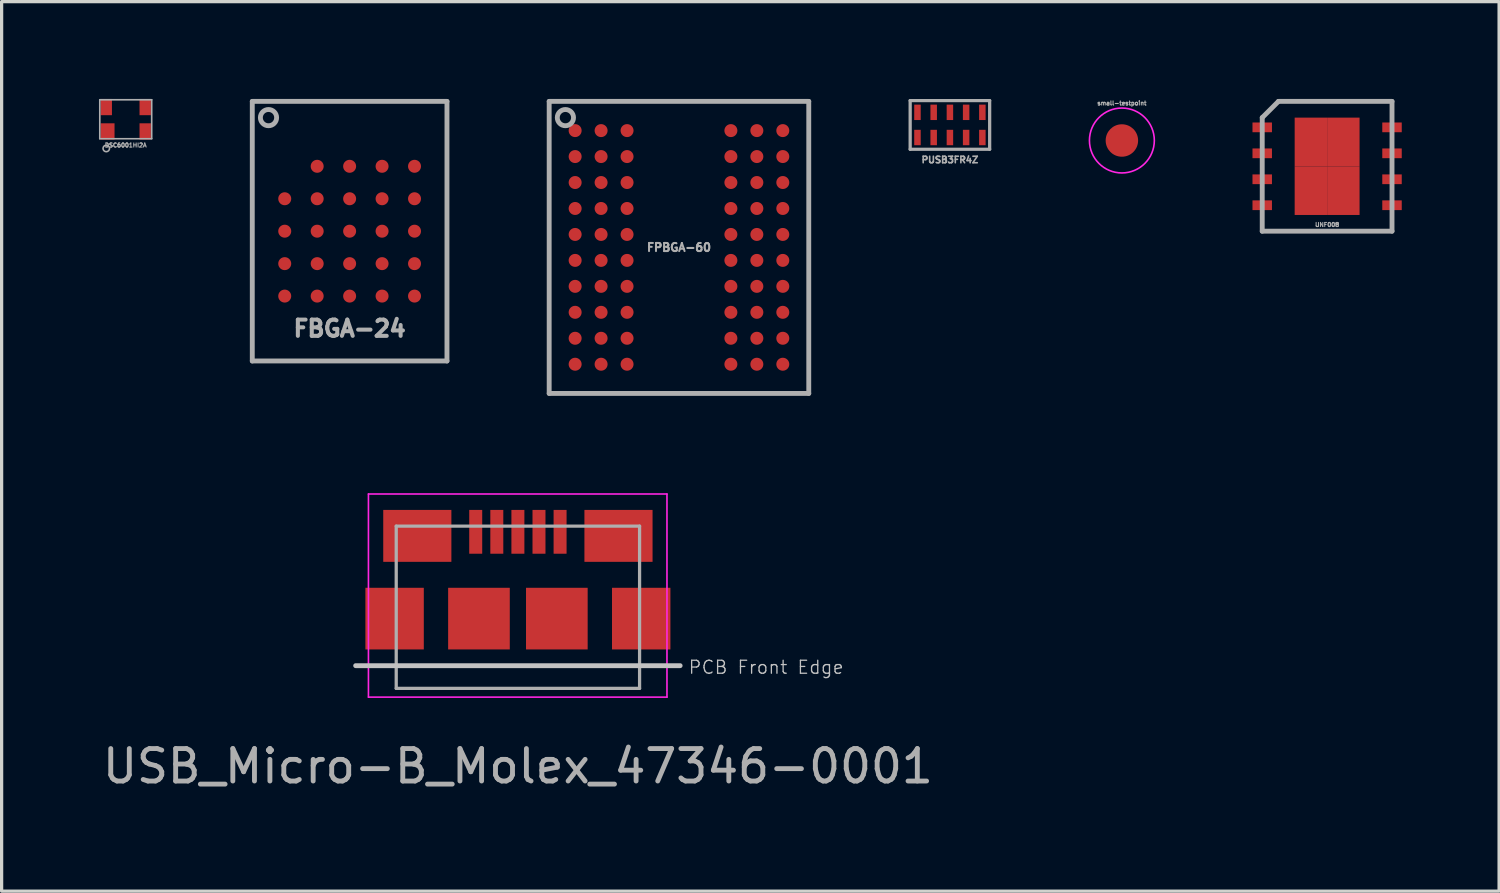
<source format=kicad_pcb>
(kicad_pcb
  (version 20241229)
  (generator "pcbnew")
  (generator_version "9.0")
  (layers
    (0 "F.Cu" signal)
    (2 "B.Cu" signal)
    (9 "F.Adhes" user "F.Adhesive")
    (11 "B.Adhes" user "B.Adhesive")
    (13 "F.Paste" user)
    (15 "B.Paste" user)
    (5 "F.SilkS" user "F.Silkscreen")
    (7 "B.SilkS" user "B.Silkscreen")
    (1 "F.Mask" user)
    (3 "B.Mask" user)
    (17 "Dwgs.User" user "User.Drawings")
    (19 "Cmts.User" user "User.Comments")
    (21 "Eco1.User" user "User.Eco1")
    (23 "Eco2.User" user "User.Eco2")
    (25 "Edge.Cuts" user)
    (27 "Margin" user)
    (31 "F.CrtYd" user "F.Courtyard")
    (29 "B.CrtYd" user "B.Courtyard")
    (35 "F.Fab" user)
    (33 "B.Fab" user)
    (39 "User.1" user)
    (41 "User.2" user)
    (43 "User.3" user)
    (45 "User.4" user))
  (footprint "USB_Micro-B_Molex_47346-0001"
    (layer "F.Cu")
    (at 12.911 16.015)
    (property "Reference" "USB_Micro-B_Molex_47346-0001" (at 0 4.55 180) (layer "F.Fab") (effects (font (size 1 1) (thickness 0.15))))
    (attr smd)
    (fp_line (start -5 1.45) (end 5 1.45) (stroke (width 0.15) (type solid)) (layer "Dwgs.User"))
    (fp_line (start -4.606 -3.84) (end 4.594 -3.84) (stroke (width 0.05) (type solid)) (layer "F.CrtYd"))
    (fp_line (start -4.606 2.42) (end -4.606 -3.84) (stroke (width 0.05) (type solid)) (layer "F.CrtYd"))
    (fp_line (start 4.594 -3.84) (end 4.594 2.42) (stroke (width 0.05) (type solid)) (layer "F.CrtYd"))
    (fp_line (start 4.594 2.42) (end -4.606 2.42) (stroke (width 0.05) (type solid)) (layer "F.CrtYd"))
    (fp_line (start -3.75 -2.85) (end 3.75 -2.85) (stroke (width 0.1) (type solid)) (layer "F.Fab"))
    (fp_line (start -3.75 2.15) (end -3.75 -2.85) (stroke (width 0.1) (type solid)) (layer "F.Fab"))
    (fp_line (start 3.75 -2.85) (end 3.75 2.15) (stroke (width 0.1) (type solid)) (layer "F.Fab"))
    (fp_line (start 3.75 2.15) (end -3.75 2.15) (stroke (width 0.1) (type solid)) (layer "F.Fab"))
    (fp_text user "PCB Front Edge" (at 7.65 1.5 180) (layer "Dwgs.User") (effects (font (size 0.4 0.4) (thickness 0.04))))
    (pad "1" smd rect (at -1.3 -2.675 90) (size 1.35 0.4) (layers "F.Cu" "F.Mask" "F.Paste"))
    (pad "2" smd rect (at -0.65 -2.675 90) (size 1.35 0.4) (layers "F.Cu" "F.Mask" "F.Paste"))
    (pad "3" smd rect (at 0 -2.675 90) (size 1.35 0.4) (layers "F.Cu" "F.Mask" "F.Paste"))
    (pad "4" smd rect (at 0.65 -2.675 90) (size 1.35 0.4) (layers "F.Cu" "F.Mask" "F.Paste"))
    (pad "5" smd rect (at 1.3 -2.675 90) (size 1.35 0.4) (layers "F.Cu" "F.Mask" "F.Paste"))
    (pad "6" smd rect (at -3.8 0 90) (size 1.9 1.8) (layers "F.Cu" "F.Mask" "F.Paste"))
    (pad "6" smd rect (at -3.1 -2.55) (size 2.1 1.6) (layers "F.Cu" "F.Mask" "F.Paste"))
    (pad "6" smd rect (at -1.2 0 90) (size 1.9 1.9) (layers "F.Cu" "F.Mask" "F.Paste"))
    (pad "6" smd rect (at 1.2 0 90) (size 1.9 1.9) (layers "F.Cu" "F.Mask" "F.Paste"))
    (pad "6" smd rect (at 3.1 -2.55) (size 2.1 1.6) (layers "F.Cu" "F.Mask" "F.Paste"))
    (pad "6" smd rect (at 3.8 0 90) (size 1.9 1.8) (layers "F.Cu" "F.Mask" "F.Paste")))
  (footprint "FPBGA-60"
    (layer "F.Cu")
    (at 17.875 4.575)
    (property "Reference" "FPBGA-60" (at 0 0 0) (layer "F.Fab") (effects (font (size 0.25 0.25) (thickness 0.062))))
    (attr through_hole)
    (fp_line (start -4 -4.5) (end 4 -4.5) (stroke (width 0.15) (type solid)) (layer "F.Fab"))
    (fp_line (start -4 4.5) (end -4 -4.5) (stroke (width 0.15) (type solid)) (layer "F.Fab"))
    (fp_line (start 4 -4.5) (end 4 4.5) (stroke (width 0.15) (type solid)) (layer "F.Fab"))
    (fp_line (start 4 4.5) (end -4 4.5) (stroke (width 0.15) (type solid)) (layer "F.Fab"))
    (fp_circle (center -3.5 -4) (end -3.5 -3.75) (stroke (width 0.15) (type solid)) (fill no) (layer "F.Fab"))
    (pad "A1" smd circle (at -3.2 -3.6) (size 0.4 0.4) (layers "F.Cu" "F.Mask" "F.Paste"))
    (pad "A2" smd circle (at -2.4 -3.6) (size 0.4 0.4) (layers "F.Cu" "F.Mask" "F.Paste"))
    (pad "A3" smd circle (at -1.6 -3.6) (size 0.4 0.4) (layers "F.Cu" "F.Mask" "F.Paste"))
    (pad "A7" smd circle (at 1.6 -3.6) (size 0.4 0.4) (layers "F.Cu" "F.Mask" "F.Paste"))
    (pad "A8" smd circle (at 2.4 -3.6) (size 0.4 0.4) (layers "F.Cu" "F.Mask" "F.Paste"))
    (pad "A9" smd circle (at 3.2 -3.6) (size 0.4 0.4) (layers "F.Cu" "F.Mask" "F.Paste"))
    (pad "B1" smd circle (at -3.2 -2.8) (size 0.4 0.4) (layers "F.Cu" "F.Mask" "F.Paste"))
    (pad "B2" smd circle (at -2.4 -2.8) (size 0.4 0.4) (layers "F.Cu" "F.Mask" "F.Paste"))
    (pad "B3" smd circle (at -1.6 -2.8) (size 0.4 0.4) (layers "F.Cu" "F.Mask" "F.Paste"))
    (pad "B7" smd circle (at 1.6 -2.8) (size 0.4 0.4) (layers "F.Cu" "F.Mask" "F.Paste"))
    (pad "B8" smd circle (at 2.4 -2.8) (size 0.4 0.4) (layers "F.Cu" "F.Mask" "F.Paste"))
    (pad "B9" smd circle (at 3.2 -2.8) (size 0.4 0.4) (layers "F.Cu" "F.Mask" "F.Paste"))
    (pad "C1" smd circle (at -3.2 -2) (size 0.4 0.4) (layers "F.Cu" "F.Mask" "F.Paste"))
    (pad "C2" smd circle (at -2.4 -2) (size 0.4 0.4) (layers "F.Cu" "F.Mask" "F.Paste"))
    (pad "C3" smd circle (at -1.6 -2) (size 0.4 0.4) (layers "F.Cu" "F.Mask" "F.Paste"))
    (pad "C7" smd circle (at 1.6 -2) (size 0.4 0.4) (layers "F.Cu" "F.Mask" "F.Paste"))
    (pad "C8" smd circle (at 2.4 -2) (size 0.4 0.4) (layers "F.Cu" "F.Mask" "F.Paste"))
    (pad "C9" smd circle (at 3.2 -2) (size 0.4 0.4) (layers "F.Cu" "F.Mask" "F.Paste"))
    (pad "D1" smd circle (at -3.2 -1.2) (size 0.4 0.4) (layers "F.Cu" "F.Mask" "F.Paste"))
    (pad "D2" smd circle (at -2.4 -1.2) (size 0.4 0.4) (layers "F.Cu" "F.Mask" "F.Paste"))
    (pad "D3" smd circle (at -1.6 -1.2) (size 0.4 0.4) (layers "F.Cu" "F.Mask" "F.Paste"))
    (pad "D7" smd circle (at 1.6 -1.2) (size 0.4 0.4) (layers "F.Cu" "F.Mask" "F.Paste"))
    (pad "D8" smd circle (at 2.4 -1.2) (size 0.4 0.4) (layers "F.Cu" "F.Mask" "F.Paste"))
    (pad "D9" smd circle (at 3.2 -1.2) (size 0.4 0.4) (layers "F.Cu" "F.Mask" "F.Paste"))
    (pad "E1" smd circle (at -3.2 -0.4) (size 0.4 0.4) (layers "F.Cu" "F.Mask" "F.Paste"))
    (pad "E2" smd circle (at -2.4 -0.4) (size 0.4 0.4) (layers "F.Cu" "F.Mask" "F.Paste"))
    (pad "E3" smd circle (at -1.6 -0.4) (size 0.4 0.4) (layers "F.Cu" "F.Mask" "F.Paste"))
    (pad "E7" smd circle (at 1.6 -0.4) (size 0.4 0.4) (layers "F.Cu" "F.Mask" "F.Paste"))
    (pad "E8" smd circle (at 2.4 -0.4) (size 0.4 0.4) (layers "F.Cu" "F.Mask" "F.Paste"))
    (pad "E9" smd circle (at 3.2 -0.4) (size 0.4 0.4) (layers "F.Cu" "F.Mask" "F.Paste"))
    (pad "F1" smd circle (at -3.2 0.4) (size 0.4 0.4) (layers "F.Cu" "F.Mask" "F.Paste"))
    (pad "F2" smd circle (at -2.4 0.4) (size 0.4 0.4) (layers "F.Cu" "F.Mask" "F.Paste"))
    (pad "F3" smd circle (at -1.6 0.4) (size 0.4 0.4) (layers "F.Cu" "F.Mask" "F.Paste"))
    (pad "F7" smd circle (at 1.6 0.4) (size 0.4 0.4) (layers "F.Cu" "F.Mask" "F.Paste"))
    (pad "F8" smd circle (at 2.4 0.4) (size 0.4 0.4) (layers "F.Cu" "F.Mask" "F.Paste"))
    (pad "F9" smd circle (at 3.2 0.4) (size 0.4 0.4) (layers "F.Cu" "F.Mask" "F.Paste"))
    (pad "G1" smd circle (at -3.2 1.2) (size 0.4 0.4) (layers "F.Cu" "F.Mask" "F.Paste"))
    (pad "G2" smd circle (at -2.4 1.2) (size 0.4 0.4) (layers "F.Cu" "F.Mask" "F.Paste"))
    (pad "G3" smd circle (at -1.6 1.2) (size 0.4 0.4) (layers "F.Cu" "F.Mask" "F.Paste"))
    (pad "G7" smd circle (at 1.6 1.2) (size 0.4 0.4) (layers "F.Cu" "F.Mask" "F.Paste"))
    (pad "G8" smd circle (at 2.4 1.2) (size 0.4 0.4) (layers "F.Cu" "F.Mask" "F.Paste"))
    (pad "G9" smd circle (at 3.2 1.2) (size 0.4 0.4) (layers "F.Cu" "F.Mask" "F.Paste"))
    (pad "H1" smd circle (at -3.2 2) (size 0.4 0.4) (layers "F.Cu" "F.Mask" "F.Paste"))
    (pad "H2" smd circle (at -2.4 2) (size 0.4 0.4) (layers "F.Cu" "F.Mask" "F.Paste"))
    (pad "H3" smd circle (at -1.6 2) (size 0.4 0.4) (layers "F.Cu" "F.Mask" "F.Paste"))
    (pad "H7" smd circle (at 1.6 2) (size 0.4 0.4) (layers "F.Cu" "F.Mask" "F.Paste"))
    (pad "H8" smd circle (at 2.4 2) (size 0.4 0.4) (layers "F.Cu" "F.Mask" "F.Paste"))
    (pad "H9" smd circle (at 3.2 2) (size 0.4 0.4) (layers "F.Cu" "F.Mask" "F.Paste"))
    (pad "J1" smd circle (at -3.2 2.8) (size 0.4 0.4) (layers "F.Cu" "F.Mask" "F.Paste"))
    (pad "J2" smd circle (at -2.4 2.8) (size 0.4 0.4) (layers "F.Cu" "F.Mask" "F.Paste"))
    (pad "J3" smd circle (at -1.6 2.8) (size 0.4 0.4) (layers "F.Cu" "F.Mask" "F.Paste"))
    (pad "J7" smd circle (at 1.6 2.8) (size 0.4 0.4) (layers "F.Cu" "F.Mask" "F.Paste"))
    (pad "J8" smd circle (at 2.4 2.8) (size 0.4 0.4) (layers "F.Cu" "F.Mask" "F.Paste"))
    (pad "J9" smd circle (at 3.2 2.8) (size 0.4 0.4) (layers "F.Cu" "F.Mask" "F.Paste"))
    (pad "K1" smd circle (at -3.2 3.6) (size 0.4 0.4) (layers "F.Cu" "F.Mask" "F.Paste"))
    (pad "K2" smd circle (at -2.4 3.6) (size 0.4 0.4) (layers "F.Cu" "F.Mask" "F.Paste"))
    (pad "K3" smd circle (at -1.6 3.6) (size 0.4 0.4) (layers "F.Cu" "F.Mask" "F.Paste"))
    (pad "K7" smd circle (at 1.6 3.6) (size 0.4 0.4) (layers "F.Cu" "F.Mask" "F.Paste"))
    (pad "K8" smd circle (at 2.4 3.6) (size 0.4 0.4) (layers "F.Cu" "F.Mask" "F.Paste"))
    (pad "K9" smd circle (at 3.2 3.6) (size 0.4 0.4) (layers "F.Cu" "F.Mask" "F.Paste")))
  (footprint "PUSB3FR4Z"
    (layer "F.Cu")
    (at 26.225 0.8)
    (property "Reference" "PUSB3FR4Z" (at 0 1.075 0) (layer "F.Fab") (effects (font (size 0.2 0.2) (thickness 0.05))))
    (attr through_hole)
    (fp_line (start -1.225 -0.75) (end 1.225 -0.75) (stroke (width 0.1) (type solid)) (layer "F.Fab"))
    (fp_line (start -1.225 0.75) (end -1.225 -0.75) (stroke (width 0.1) (type solid)) (layer "F.Fab"))
    (fp_line (start 1.225 0.75) (end -1.225 0.75) (stroke (width 0.1) (type solid)) (layer "F.Fab"))
    (fp_line (start 1.225 0.75) (end 1.225 -0.75) (stroke (width 0.1) (type solid)) (layer "F.Fab"))
    (pad "1" smd rect (at -1 -0.388) (size 0.2 0.475) (layers "F.Cu" "F.Mask" "F.Paste"))
    (pad "2" smd rect (at -0.5 -0.388) (size 0.2 0.475) (layers "F.Cu" "F.Mask" "F.Paste"))
    (pad "3" smd rect (at 0 -0.388) (size 0.2 0.475) (layers "F.Cu" "F.Mask" "F.Paste"))
    (pad "4" smd rect (at 0.5 -0.388) (size 0.2 0.475) (layers "F.Cu" "F.Mask" "F.Paste"))
    (pad "5" smd rect (at 1 -0.388) (size 0.2 0.475) (layers "F.Cu" "F.Mask" "F.Paste"))
    (pad "6" smd rect (at 1 0.388) (size 0.2 0.475) (layers "F.Cu" "F.Mask" "F.Paste"))
    (pad "7" smd rect (at 0.5 0.388) (size 0.2 0.475) (layers "F.Cu" "F.Mask" "F.Paste"))
    (pad "8" smd rect (at 0 0.388) (size 0.2 0.475) (layers "F.Cu" "F.Mask" "F.Paste"))
    (pad "9" smd rect (at -0.5 0.388) (size 0.2 0.475) (layers "F.Cu" "F.Mask" "F.Paste"))
    (pad "10" smd rect (at -1 0.388) (size 0.2 0.475) (layers "F.Cu" "F.Mask" "F.Paste")))
  (footprint "DSC6001HI2A"
    (layer "F.Cu")
    (at 0.825 0.625)
    (property "Reference" "DSC6001HI2A" (at 0 0.8 0) (layer "F.Fab") (effects (font (size 0.127 0.127) (thickness 0.032))))
    (attr through_hole)
    (fp_line (start -0.8 -0.6) (end -0.8 0.6) (stroke (width 0.05) (type solid)) (layer "F.Fab"))
    (fp_line (start -0.8 0.6) (end 0.8 0.6) (stroke (width 0.05) (type solid)) (layer "F.Fab"))
    (fp_line (start 0.8 -0.6) (end -0.8 -0.6) (stroke (width 0.05) (type solid)) (layer "F.Fab"))
    (fp_line (start 0.8 0.6) (end 0.8 -0.6) (stroke (width 0.05) (type solid)) (layer "F.Fab"))
    (fp_circle (center -0.6 0.9) (end -0.5 0.9) (stroke (width 0.05) (type solid)) (fill no) (layer "F.Fab"))
    (pad "1" smd rect (at -0.56 0.375) (size 0.43 0.5) (layers "F.Cu" "F.Mask" "F.Paste"))
    (pad "2" smd rect (at 0.6 0.375) (size 0.35 0.5) (layers "F.Cu" "F.Mask" "F.Paste"))
    (pad "3" smd rect (at 0.6 -0.375) (size 0.35 0.5) (layers "F.Cu" "F.Mask" "F.Paste"))
    (pad "4" smd rect (at -0.6 -0.375) (size 0.35 0.5) (layers "F.Cu" "F.Mask" "F.Paste")))
  (footprint "UNF008"
    (layer "F.Cu")
    (at 37.85 2.075)
    (property "Reference" "UNF008" (at 0 1.8 0) (layer "F.Fab") (effects (font (size 0.127 0.127) (thickness 0.032))))
    (attr through_hole)
    (fp_line (start -2 -1.5) (end -1.5 -2) (stroke (width 0.15) (type solid)) (layer "F.Fab"))
    (fp_line (start -2 2) (end -2 -1.5) (stroke (width 0.15) (type solid)) (layer "F.Fab"))
    (fp_line (start -1.5 -2) (end 2 -2) (stroke (width 0.15) (type solid)) (layer "F.Fab"))
    (fp_line (start 2 -2) (end 2 2) (stroke (width 0.15) (type solid)) (layer "F.Fab"))
    (fp_line (start 2 2) (end -2 2) (stroke (width 0.15) (type solid)) (layer "F.Fab"))
    (pad "1" smd rect (at -2 -1.2 90) (size 0.3 0.6) (layers "F.Cu" "F.Mask" "F.Paste"))
    (pad "2" smd rect (at -2 -0.4 90) (size 0.3 0.6) (layers "F.Cu" "F.Mask" "F.Paste"))
    (pad "3" smd rect (at -2 0.4 90) (size 0.3 0.6) (layers "F.Cu" "F.Mask" "F.Paste"))
    (pad "4" smd rect (at -2 1.2 90) (size 0.3 0.6) (layers "F.Cu" "F.Mask" "F.Paste"))
    (pad "4" smd rect (at -0.5 -0.75 180) (size 1 1.5) (layers "F.Cu" "F.Mask" "F.Paste"))
    (pad "4" smd rect (at -0.5 0.75 180) (size 1 1.5) (layers "F.Cu" "F.Mask" "F.Paste"))
    (pad "4" smd rect (at 0.5 -0.75 180) (size 1 1.5) (layers "F.Cu" "F.Mask" "F.Paste"))
    (pad "4" smd rect (at 0.5 0.75 180) (size 1 1.5) (layers "F.Cu" "F.Mask" "F.Paste"))
    (pad "5" smd rect (at 2 1.2 90) (size 0.3 0.6) (layers "F.Cu" "F.Mask" "F.Paste"))
    (pad "6" smd rect (at 2 0.4 90) (size 0.3 0.6) (layers "F.Cu" "F.Mask" "F.Paste"))
    (pad "7" smd rect (at 2 -0.4 90) (size 0.3 0.6) (layers "F.Cu" "F.Mask" "F.Paste"))
    (pad "8" smd rect (at 2 -1.2 90) (size 0.3 0.6) (layers "F.Cu" "F.Mask" "F.Paste")))
  (footprint "FBGA-24"
    (layer "F.Cu")
    (at 7.725 4.075)
    (property "Reference" "FBGA-24" (at 0 3 0) (layer "F.Fab") (effects (font (size 0.5 0.5) (thickness 0.125))))
    (attr through_hole)
    (fp_line (start -3 -4) (end 3 -4) (stroke (width 0.15) (type solid)) (layer "F.Fab"))
    (fp_line (start -3 4) (end -3 -4) (stroke (width 0.15) (type solid)) (layer "F.Fab"))
    (fp_line (start 3 -4) (end 3 4) (stroke (width 0.15) (type solid)) (layer "F.Fab"))
    (fp_line (start 3 4) (end -3 4) (stroke (width 0.15) (type solid)) (layer "F.Fab"))
    (fp_circle (center -2.5 -3.5) (end -2.5 -3.25) (stroke (width 0.15) (type solid)) (fill no) (layer "F.Fab"))
    (pad "A2" smd circle (at -1 -2) (size 0.4 0.4) (layers "F.Cu" "F.Mask" "F.Paste"))
    (pad "A3" smd circle (at 0 -2) (size 0.4 0.4) (layers "F.Cu" "F.Mask" "F.Paste"))
    (pad "A4" smd circle (at 1 -2) (size 0.4 0.4) (layers "F.Cu" "F.Mask" "F.Paste"))
    (pad "A5" smd circle (at 2 -2) (size 0.4 0.4) (layers "F.Cu" "F.Mask" "F.Paste"))
    (pad "B1" smd circle (at -2 -1) (size 0.4 0.4) (layers "F.Cu" "F.Mask" "F.Paste"))
    (pad "B2" smd circle (at -1 -1) (size 0.4 0.4) (layers "F.Cu" "F.Mask" "F.Paste"))
    (pad "B3" smd circle (at 0 -1) (size 0.4 0.4) (layers "F.Cu" "F.Mask" "F.Paste"))
    (pad "B4" smd circle (at 1 -1) (size 0.4 0.4) (layers "F.Cu" "F.Mask" "F.Paste"))
    (pad "B5" smd circle (at 2 -1) (size 0.4 0.4) (layers "F.Cu" "F.Mask" "F.Paste"))
    (pad "C1" smd circle (at -2 0) (size 0.4 0.4) (layers "F.Cu" "F.Mask" "F.Paste"))
    (pad "C2" smd circle (at -1 0) (size 0.4 0.4) (layers "F.Cu" "F.Mask" "F.Paste"))
    (pad "C3" smd circle (at 0 0) (size 0.4 0.4) (layers "F.Cu" "F.Mask" "F.Paste"))
    (pad "C4" smd circle (at 1 0) (size 0.4 0.4) (layers "F.Cu" "F.Mask" "F.Paste"))
    (pad "C5" smd circle (at 2 0) (size 0.4 0.4) (layers "F.Cu" "F.Mask" "F.Paste"))
    (pad "D1" smd circle (at -2 1) (size 0.4 0.4) (layers "F.Cu" "F.Mask" "F.Paste"))
    (pad "D2" smd circle (at -1 1) (size 0.4 0.4) (layers "F.Cu" "F.Mask" "F.Paste"))
    (pad "D3" smd circle (at 0 1) (size 0.4 0.4) (layers "F.Cu" "F.Mask" "F.Paste"))
    (pad "D4" smd circle (at 1 1) (size 0.4 0.4) (layers "F.Cu" "F.Mask" "F.Paste"))
    (pad "D5" smd circle (at 2 1) (size 0.4 0.4) (layers "F.Cu" "F.Mask" "F.Paste"))
    (pad "E1" smd circle (at -2 2) (size 0.4 0.4) (layers "F.Cu" "F.Mask" "F.Paste"))
    (pad "E2" smd circle (at -1 2) (size 0.4 0.4) (layers "F.Cu" "F.Mask" "F.Paste"))
    (pad "E3" smd circle (at 0 2) (size 0.4 0.4) (layers "F.Cu" "F.Mask" "F.Paste"))
    (pad "E4" smd circle (at 1 2) (size 0.4 0.4) (layers "F.Cu" "F.Mask" "F.Paste"))
    (pad "E5" smd circle (at 2 2) (size 0.4 0.4) (layers "F.Cu" "F.Mask" "F.Paste")))
  (footprint "small-testpoint"
    (layer "F.Cu")
    (at 31.525 1.28)
    (property "Reference" "small-testpoint" (at 0 -1.15 0) (layer "F.Fab") (effects (font (size 0.127 0.127) (thickness 0.032))))
    (attr exclude_from_pos_files exclude_from_bom)
    (fp_circle (center 0 0) (end 1 0) (stroke (width 0.05) (type solid)) (fill no) (layer "F.CrtYd"))
    (pad "1" smd circle (at 0 0) (size 1 1) (layers "F.Cu" "F.Mask")))
  (gr_rect
    (start -3 -3)
    (end 43.15 24.414)
    (stroke (width 0.1) (type default))
    (fill no)
    (layer "Edge.Cuts")))
</source>
